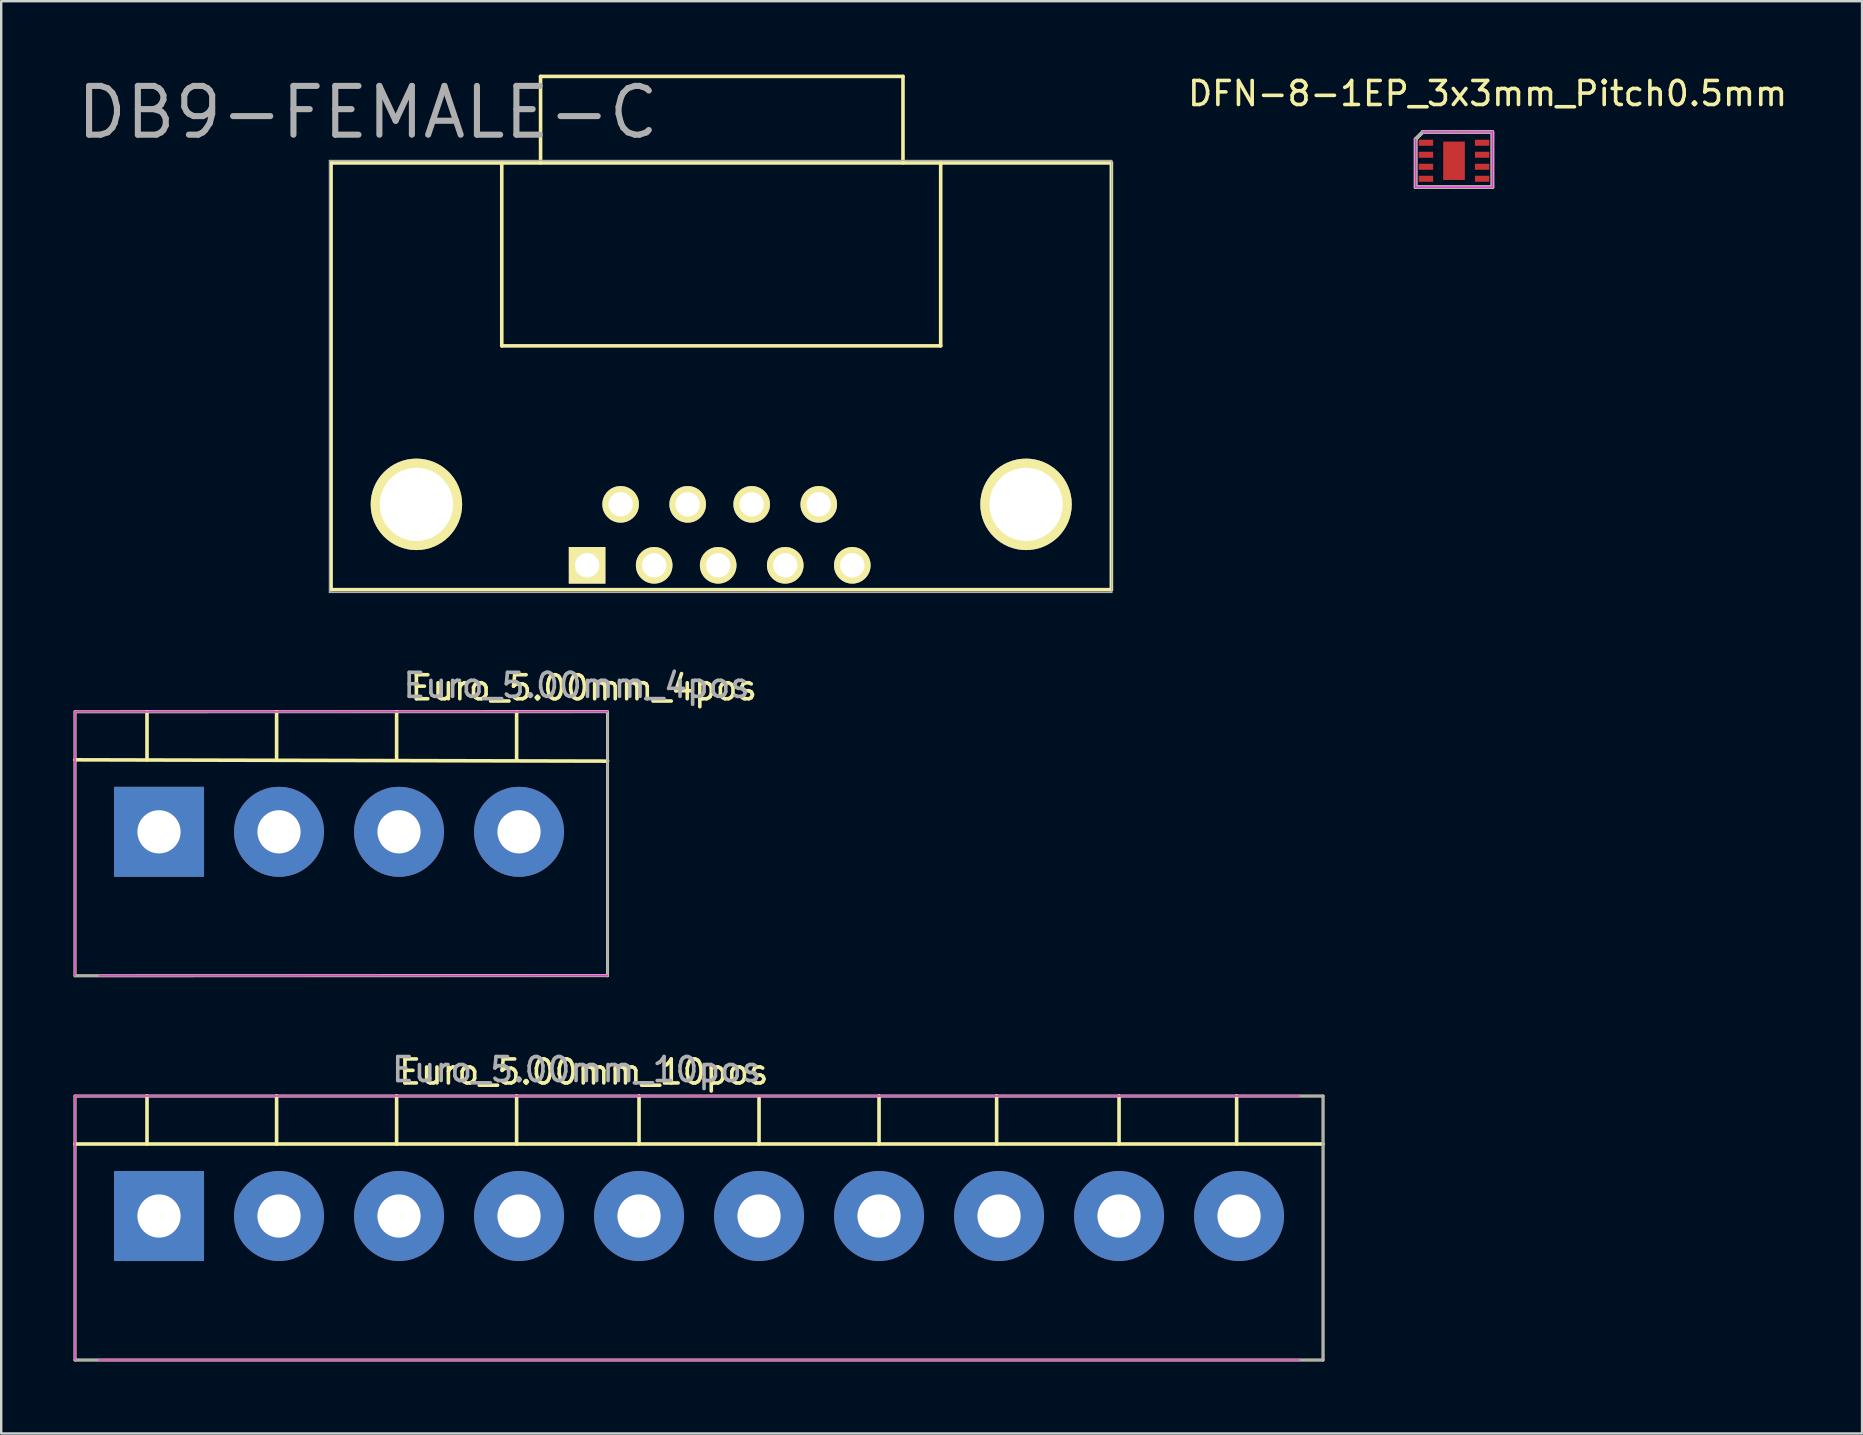
<source format=kicad_pcb>
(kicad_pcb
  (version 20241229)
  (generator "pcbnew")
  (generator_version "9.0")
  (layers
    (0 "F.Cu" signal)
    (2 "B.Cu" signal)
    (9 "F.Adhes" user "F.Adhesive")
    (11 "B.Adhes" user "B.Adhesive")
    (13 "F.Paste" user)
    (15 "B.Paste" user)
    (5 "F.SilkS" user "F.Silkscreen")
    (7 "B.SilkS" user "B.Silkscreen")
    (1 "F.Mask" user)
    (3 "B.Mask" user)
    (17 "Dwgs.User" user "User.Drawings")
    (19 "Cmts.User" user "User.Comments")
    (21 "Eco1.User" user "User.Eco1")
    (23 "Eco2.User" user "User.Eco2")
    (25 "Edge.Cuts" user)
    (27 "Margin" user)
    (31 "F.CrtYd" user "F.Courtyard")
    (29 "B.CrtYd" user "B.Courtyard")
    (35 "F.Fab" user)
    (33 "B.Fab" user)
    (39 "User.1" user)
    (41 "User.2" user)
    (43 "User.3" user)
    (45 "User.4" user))
  (footprint "Euro_5.00mm_4pos"
    (layer "F.Cu")
    (at 26.075 31.608)
    (property "Reference" "Euro_5.00mm_4pos" (at -4.8 -6 0) (layer "F.SilkS") (effects (font (size 1 1) (thickness 0.15))))
    (attr through_hole)
    (fp_line (start -26 -5) (end -26 6) (stroke (width 0.12) (type solid)) (layer "F.SilkS"))
    (fp_line (start -26 -5) (end -3.81 -5.004) (stroke (width 0.12) (type solid)) (layer "F.SilkS"))
    (fp_line (start -26 -3) (end -3.81 -2.946) (stroke (width 0.15) (type solid)) (layer "F.SilkS"))
    (fp_line (start -26 6) (end -3.81 5.994) (stroke (width 0.12) (type solid)) (layer "F.SilkS"))
    (fp_line (start -23 -3) (end -23 -5) (stroke (width 0.15) (type solid)) (layer "F.SilkS"))
    (fp_line (start -17.6 -3) (end -17.6 -5) (stroke (width 0.15) (type solid)) (layer "F.SilkS"))
    (fp_line (start -12.6 -3) (end -12.6 -5) (stroke (width 0.15) (type solid)) (layer "F.SilkS"))
    (fp_line (start -7.6 -3) (end -7.6 -5) (stroke (width 0.15) (type solid)) (layer "F.SilkS"))
    (fp_line (start -3.81 -5) (end -3.81 6) (stroke (width 0.12) (type solid)) (layer "F.SilkS"))
    (fp_line (start -26 -5) (end -26 6) (stroke (width 0.05) (type solid)) (layer "F.CrtYd"))
    (fp_line (start -26 -5) (end -3.81 -5.004) (stroke (width 0.05) (type solid)) (layer "F.CrtYd"))
    (fp_line (start -25 6) (end -3.81 5.994) (stroke (width 0.05) (type solid)) (layer "F.CrtYd"))
    (fp_line (start -26 -5) (end -3.81 -5.004) (stroke (width 0.1) (type solid)) (layer "F.Fab"))
    (fp_line (start -26 6) (end -26 -5) (stroke (width 0.1) (type solid)) (layer "F.Fab"))
    (fp_line (start -26 6) (end -3.81 5.994) (stroke (width 0.1) (type solid)) (layer "F.Fab"))
    (fp_line (start -3.81 5.996) (end -3.81 -5.004) (stroke (width 0.1) (type solid)) (layer "F.Fab"))
    (fp_text user "${REFERENCE}" (at -5.1 -6.1 0) (layer "F.Fab") (effects (font (size 1 1) (thickness 0.15))))
    (pad "1" thru_hole rect (at -22.5 0) (size 3.75 3.75) (drill 1.8) (layers "*.Cu" "*.Mask"))
    (pad "2" thru_hole circle (at -17.5 0) (size 3.75 3.75) (drill 1.8) (layers "*.Cu" "*.Mask"))
    (pad "3" thru_hole circle (at -12.5 0) (size 3.75 3.75) (drill 1.8) (layers "*.Cu" "*.Mask"))
    (pad "4" thru_hole circle (at -7.5 0) (size 3.75 3.75) (drill 1.8) (layers "*.Cu" "*.Mask")))
  (footprint "DB9-FEMALE-C"
    (layer "F.Cu")
    (at 26.873 19.234)
    (property "Reference" "DB9-FEMALE-C" (at -14.6 -17.6 0) (layer "F.Fab") (effects (font (size 2.032 2.032) (thickness 0.254))))
    (attr through_hole)
    (fp_line (start -16.129 -15.494) (end -16.129 2.286) (stroke (width 0.15) (type solid)) (layer "F.SilkS"))
    (fp_line (start -16.129 2.286) (end 16.383 2.286) (stroke (width 0.15) (type solid)) (layer "F.SilkS"))
    (fp_line (start -9.017 -15.494) (end -9.017 -7.874) (stroke (width 0.15) (type solid)) (layer "F.SilkS"))
    (fp_line (start -9.017 -7.874) (end 9.271 -7.874) (stroke (width 0.15) (type solid)) (layer "F.SilkS"))
    (fp_line (start -7.4 -19.1) (end 7.7 -19.1) (stroke (width 0.15) (type solid)) (layer "F.SilkS"))
    (fp_line (start -7.4 -15.5) (end -7.4 -19.1) (stroke (width 0.15) (type solid)) (layer "F.SilkS"))
    (fp_line (start 7.7 -19.1) (end 7.7 -15.5) (stroke (width 0.15) (type solid)) (layer "F.SilkS"))
    (fp_line (start 9.271 -7.874) (end 9.271 -15.494) (stroke (width 0.15) (type solid)) (layer "F.SilkS"))
    (fp_line (start 16.383 -15.494) (end -16.129 -15.494) (stroke (width 0.15) (type solid)) (layer "F.SilkS"))
    (fp_line (start 16.383 2.286) (end 16.383 -15.494) (stroke (width 0.15) (type solid)) (layer "F.SilkS"))
    (fp_line (start -16.2 -15.6) (end 16.4 -15.6) (stroke (width 0.051) (type solid)) (layer "F.Fab"))
    (fp_line (start -16.2 2.4) (end -16.2 -15.6) (stroke (width 0.051) (type solid)) (layer "F.Fab"))
    (fp_line (start 16.4 -15.6) (end 16.4 2.4) (stroke (width 0.051) (type solid)) (layer "F.Fab"))
    (fp_line (start 16.4 2.4) (end -16.2 2.4) (stroke (width 0.051) (type solid)) (layer "F.Fab"))
    (pad "" thru_hole circle (at -12.573 -1.27) (size 3.81 3.81) (drill 3.048) (layers "*.Cu" "*.Mask" "F.SilkS"))
    (pad "" thru_hole circle (at 12.827 -1.27) (size 3.81 3.81) (drill 3.048) (layers "*.Cu" "*.Mask" "F.SilkS"))
    (pad "1" thru_hole rect (at -5.461 1.27) (size 1.524 1.524) (drill 1.016) (layers "*.Cu" "*.Mask" "F.SilkS"))
    (pad "2" thru_hole circle (at -2.667 1.27) (size 1.524 1.524) (drill 1.016) (layers "*.Cu" "*.Mask" "F.SilkS"))
    (pad "3" thru_hole circle (at 0 1.27) (size 1.524 1.524) (drill 1.016) (layers "*.Cu" "*.Mask" "F.SilkS"))
    (pad "4" thru_hole circle (at 2.794 1.27) (size 1.524 1.524) (drill 1.016) (layers "*.Cu" "*.Mask" "F.SilkS"))
    (pad "5" thru_hole circle (at 5.588 1.27) (size 1.524 1.524) (drill 1.016) (layers "*.Cu" "*.Mask" "F.SilkS"))
    (pad "6" thru_hole circle (at -4.064 -1.27) (size 1.524 1.524) (drill 1.016) (layers "*.Cu" "*.Mask" "F.SilkS"))
    (pad "7" thru_hole circle (at -1.27 -1.27) (size 1.524 1.524) (drill 1.016) (layers "*.Cu" "*.Mask" "F.SilkS"))
    (pad "8" thru_hole circle (at 1.397 -1.27) (size 1.524 1.524) (drill 1.016) (layers "*.Cu" "*.Mask" "F.SilkS"))
    (pad "9" thru_hole circle (at 4.191 -1.27) (size 1.524 1.524) (drill 1.016) (layers "*.Cu" "*.Mask" "F.SilkS")))
  (footprint "DFN-8-1EP_3x3mm_Pitch0.5mm"
    (layer "F.Cu")
    (at 57.532 3.648)
    (property "Reference" "DFN-8-1EP_3x3mm_Pitch0.5mm" (at 1.4 -2.8 0) (layer "F.SilkS") (effects (font (size 1 1) (thickness 0.15))))
    (attr smd)
    (fp_line (start -1.6 -0.9) (end -1.3 -1.2) (stroke (width 0.15) (type solid)) (layer "F.SilkS"))
    (fp_line (start -1.6 1.1) (end -1.6 -0.9) (stroke (width 0.15) (type solid)) (layer "F.SilkS"))
    (fp_line (start -1.6 1.1) (end 1.6 1.1) (stroke (width 0.15) (type solid)) (layer "F.SilkS"))
    (fp_line (start -1.3 -1.2) (end 1.575 -1.2) (stroke (width 0.15) (type solid)) (layer "F.SilkS"))
    (fp_line (start 1.6 1.1) (end 1.6 -1.2) (stroke (width 0.15) (type solid)) (layer "F.SilkS"))
    (fp_line (start -1.6 -0.9) (end -1.6 1.1) (stroke (width 0.05) (type solid)) (layer "F.CrtYd"))
    (fp_line (start -1.6 1.1) (end 1.6 1.1) (stroke (width 0.05) (type solid)) (layer "F.CrtYd"))
    (fp_line (start -1.3 -1.2) (end 1.6 -1.2) (stroke (width 0.05) (type solid)) (layer "F.CrtYd"))
    (fp_line (start 1.6 -1.2) (end 1.6 1.1) (stroke (width 0.05) (type solid)) (layer "F.CrtYd"))
    (fp_line (start -1.6 -0.9) (end -1.3 -1.2) (stroke (width 0.15) (type solid)) (layer "F.Fab"))
    (fp_line (start -1.6 1.1) (end -1.6 -0.9) (stroke (width 0.15) (type solid)) (layer "F.Fab"))
    (fp_line (start -1.3 -1.2) (end 1.6 -1.2) (stroke (width 0.15) (type solid)) (layer "F.Fab"))
    (fp_line (start 1.6 -1.2) (end 1.6 1.1) (stroke (width 0.15) (type solid)) (layer "F.Fab"))
    (fp_line (start 1.6 1.1) (end -1.6 1.1) (stroke (width 0.15) (type solid)) (layer "F.Fab"))
    (pad "1" smd rect (at -1.17 -0.75) (size 0.6 0.25) (layers "F.Cu" "F.Mask" "F.Paste"))
    (pad "2" smd rect (at -1.17 -0.25) (size 0.6 0.25) (layers "F.Cu" "F.Mask" "F.Paste"))
    (pad "3" smd rect (at -1.17 0.25) (size 0.6 0.25) (layers "F.Cu" "F.Mask" "F.Paste"))
    (pad "4" smd rect (at -1.17 0.75) (size 0.6 0.25) (layers "F.Cu" "F.Mask" "F.Paste"))
    (pad "5" smd rect (at 1.17 0.75) (size 0.6 0.25) (layers "F.Cu" "F.Mask" "F.Paste"))
    (pad "6" smd rect (at 1.17 0.25) (size 0.6 0.25) (layers "F.Cu" "F.Mask" "F.Paste"))
    (pad "7" smd rect (at 1.17 -0.25) (size 0.6 0.25) (layers "F.Cu" "F.Mask" "F.Paste"))
    (pad "8" smd rect (at 1.17 -0.75) (size 0.6 0.25) (layers "F.Cu" "F.Mask" "F.Paste"))
    (pad "9" smd rect (at 0 0) (size 0.9 1.6) (layers "F.Cu" "F.Mask" "F.Paste")))
  (footprint "Euro_5.00mm_10pos"
    (layer "F.Cu")
    (at 26.075 47.616)
    (property "Reference" "Euro_5.00mm_10pos" (at -4.8 -6 0) (layer "F.SilkS") (effects (font (size 1 1) (thickness 0.15))))
    (attr through_hole)
    (fp_line (start -26 -5) (end -26 6) (stroke (width 0.12) (type solid)) (layer "F.SilkS"))
    (fp_line (start -26 -5) (end 26 -5) (stroke (width 0.12) (type solid)) (layer "F.SilkS"))
    (fp_line (start -26 -3) (end 26 -3) (stroke (width 0.15) (type solid)) (layer "F.SilkS"))
    (fp_line (start -26 6) (end 26 6) (stroke (width 0.12) (type solid)) (layer "F.SilkS"))
    (fp_line (start -23 -3) (end -23 -5) (stroke (width 0.15) (type solid)) (layer "F.SilkS"))
    (fp_line (start -17.6 -3) (end -17.6 -5) (stroke (width 0.15) (type solid)) (layer "F.SilkS"))
    (fp_line (start -12.6 -3) (end -12.6 -5) (stroke (width 0.15) (type solid)) (layer "F.SilkS"))
    (fp_line (start -7.6 -3) (end -7.6 -5) (stroke (width 0.15) (type solid)) (layer "F.SilkS"))
    (fp_line (start -2.5 -3) (end -2.5 -5) (stroke (width 0.15) (type solid)) (layer "F.SilkS"))
    (fp_line (start 2.5 -3) (end 2.5 -4.9) (stroke (width 0.15) (type solid)) (layer "F.SilkS"))
    (fp_line (start 7.5 -3) (end 7.5 -5) (stroke (width 0.15) (type solid)) (layer "F.SilkS"))
    (fp_line (start 12.4 -3) (end 12.4 -5) (stroke (width 0.15) (type solid)) (layer "F.SilkS"))
    (fp_line (start 17.5 -3) (end 17.5 -5) (stroke (width 0.15) (type solid)) (layer "F.SilkS"))
    (fp_line (start 22.4 -3) (end 22.4 -5) (stroke (width 0.15) (type solid)) (layer "F.SilkS"))
    (fp_line (start 26 -5) (end 26 6) (stroke (width 0.12) (type solid)) (layer "F.SilkS"))
    (fp_line (start -26 -5) (end -26 6) (stroke (width 0.05) (type solid)) (layer "F.CrtYd"))
    (fp_line (start -26 -5) (end 25 -5) (stroke (width 0.05) (type solid)) (layer "F.CrtYd"))
    (fp_line (start -25 6) (end 25 6) (stroke (width 0.05) (type solid)) (layer "F.CrtYd"))
    (fp_line (start -26 -5) (end 26 -5) (stroke (width 0.1) (type solid)) (layer "F.Fab"))
    (fp_line (start -26 6) (end -26 -5) (stroke (width 0.1) (type solid)) (layer "F.Fab"))
    (fp_line (start -26 6) (end 26 6) (stroke (width 0.1) (type solid)) (layer "F.Fab"))
    (fp_line (start 26 6) (end 26 -5) (stroke (width 0.1) (type solid)) (layer "F.Fab"))
    (fp_text user "${REFERENCE}" (at -5.1 -6.1 0) (layer "F.Fab") (effects (font (size 1 1) (thickness 0.15))))
    (pad "1" thru_hole rect (at -22.5 0) (size 3.75 3.75) (drill 1.8) (layers "*.Cu" "*.Mask"))
    (pad "2" thru_hole circle (at -17.5 0) (size 3.75 3.75) (drill 1.8) (layers "*.Cu" "*.Mask"))
    (pad "3" thru_hole circle (at -12.5 0) (size 3.75 3.75) (drill 1.8) (layers "*.Cu" "*.Mask"))
    (pad "4" thru_hole circle (at -7.5 0) (size 3.75 3.75) (drill 1.8) (layers "*.Cu" "*.Mask"))
    (pad "5" thru_hole circle (at -2.5 0) (size 3.75 3.75) (drill 1.8) (layers "*.Cu" "*.Mask"))
    (pad "6" thru_hole circle (at 2.5 0) (size 3.75 3.75) (drill 1.8) (layers "*.Cu" "*.Mask"))
    (pad "7" thru_hole circle (at 7.5 0) (size 3.75 3.75) (drill 1.8) (layers "*.Cu" "*.Mask"))
    (pad "8" thru_hole circle (at 12.5 0) (size 3.75 3.75) (drill 1.8) (layers "*.Cu" "*.Mask"))
    (pad "9" thru_hole circle (at 17.5 0) (size 3.75 3.75) (drill 1.8) (layers "*.Cu" "*.Mask"))
    (pad "10" thru_hole circle (at 22.5 0) (size 3.75 3.75) (drill 1.8) (layers "*.Cu" "*.Mask")))
  (gr_rect
    (start -3 -3)
    (end 74.533 56.676)
    (stroke (width 0.1) (type default))
    (fill no)
    (layer "Edge.Cuts")))
</source>
